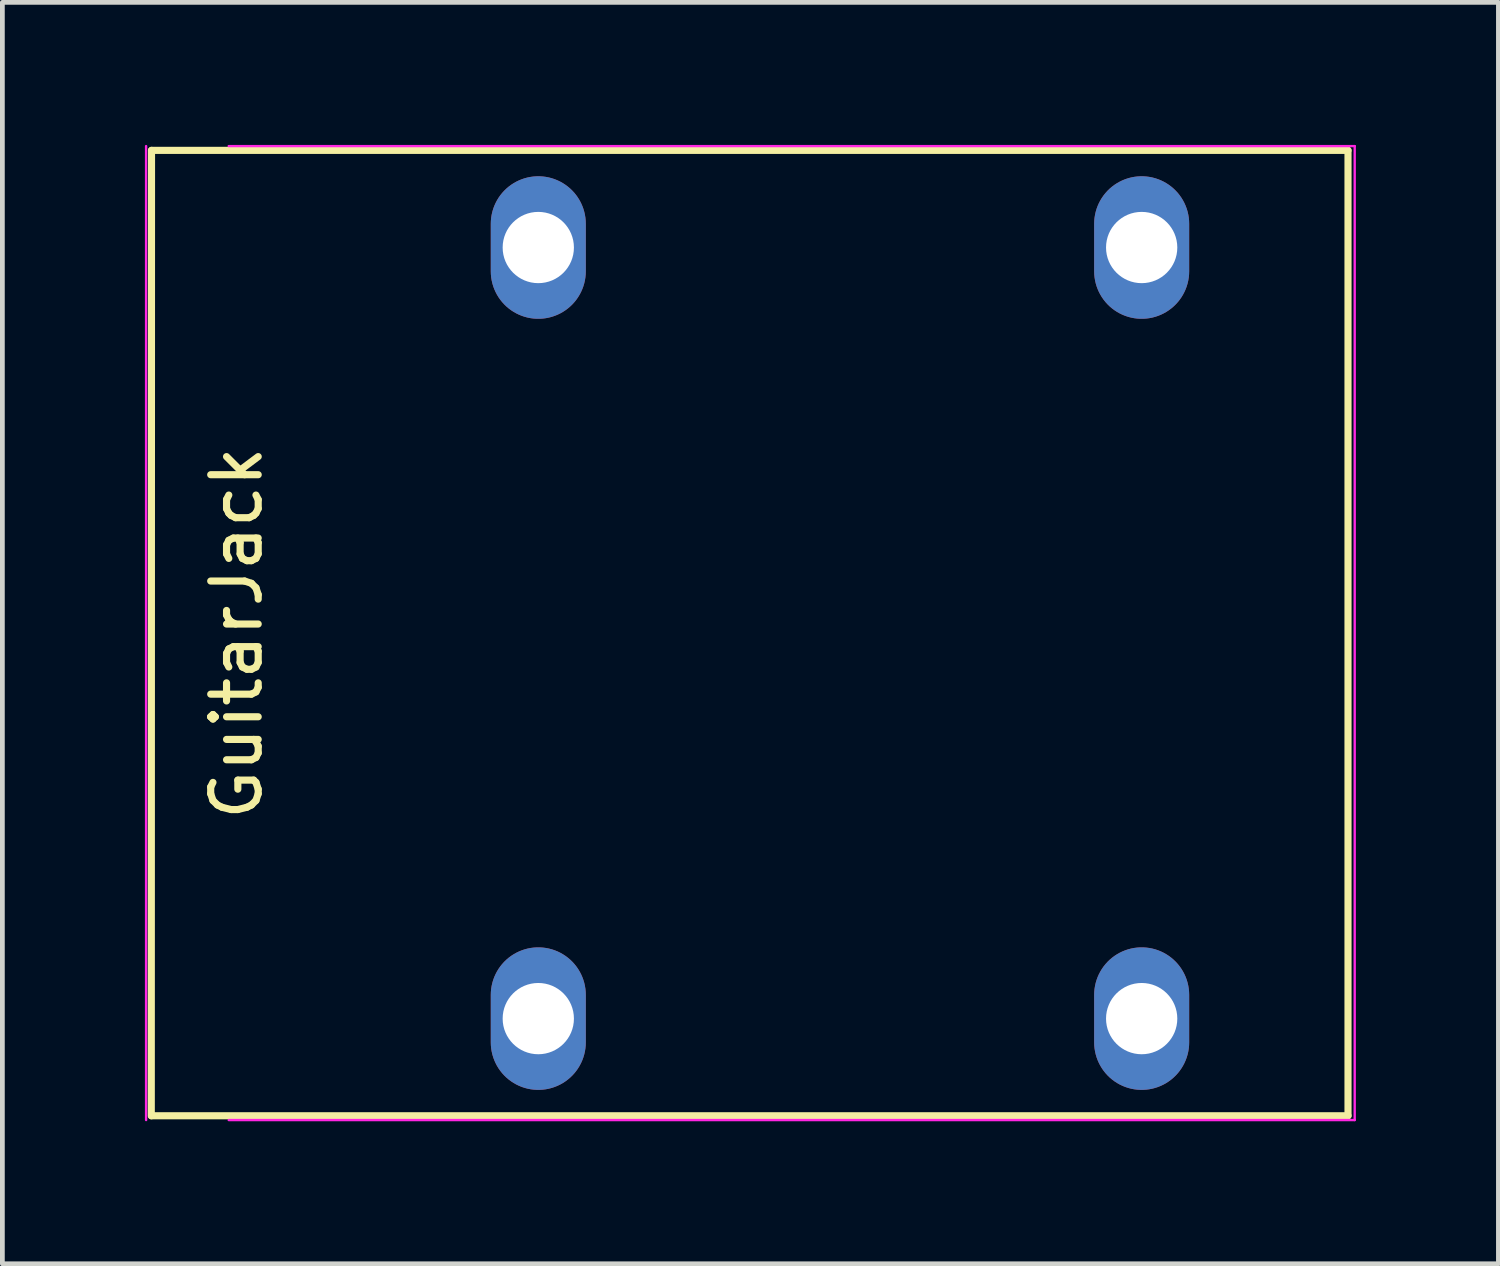
<source format=kicad_pcb>
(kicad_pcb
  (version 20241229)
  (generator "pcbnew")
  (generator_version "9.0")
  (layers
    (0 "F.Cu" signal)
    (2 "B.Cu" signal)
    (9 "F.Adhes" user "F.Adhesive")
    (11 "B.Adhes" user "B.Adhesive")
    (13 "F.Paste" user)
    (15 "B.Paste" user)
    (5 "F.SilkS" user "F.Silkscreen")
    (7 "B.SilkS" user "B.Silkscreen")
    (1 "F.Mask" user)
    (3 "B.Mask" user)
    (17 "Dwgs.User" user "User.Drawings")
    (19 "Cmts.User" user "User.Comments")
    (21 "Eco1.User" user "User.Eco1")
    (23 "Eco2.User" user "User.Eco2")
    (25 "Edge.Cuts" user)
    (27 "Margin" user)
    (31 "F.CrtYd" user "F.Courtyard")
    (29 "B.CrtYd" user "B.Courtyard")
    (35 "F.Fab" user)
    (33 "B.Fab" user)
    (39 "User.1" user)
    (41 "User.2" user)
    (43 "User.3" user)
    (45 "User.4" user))
  (footprint "GuitarJack"
    (layer "F.Cu")
    (at 14.63 10.275)
    (property "Reference" "GuitarJack" (at -12.7 0 90) (layer "F.SilkS") (effects (font (size 1 1) (thickness 0.15))))
    (attr through_hole)
    (fp_line (start -14.491 -10.16) (end -14.496 10.16) (stroke (width 0.15) (type solid)) (layer "F.SilkS"))
    (fp_line (start -14.491 -10.16) (end 10.693 -10.16) (stroke (width 0.15) (type solid)) (layer "F.SilkS"))
    (fp_line (start -14.491 10.16) (end 10.693 10.16) (stroke (width 0.15) (type solid)) (layer "F.SilkS"))
    (fp_line (start 10.693 10.16) (end 10.693 -10.16) (stroke (width 0.15) (type solid)) (layer "F.SilkS"))
    (fp_line (start -14.605 10.25) (end -14.605 -10.25) (stroke (width 0.05) (type solid)) (layer "F.CrtYd"))
    (fp_line (start -12.866 -10.25) (end 10.834 -10.25) (stroke (width 0.05) (type solid)) (layer "F.CrtYd"))
    (fp_line (start 10.834 -10.25) (end 10.834 10.25) (stroke (width 0.05) (type solid)) (layer "F.CrtYd"))
    (fp_line (start 10.834 10.25) (end -12.866 10.25) (stroke (width 0.05) (type solid)) (layer "F.CrtYd"))
    (pad "S" thru_hole oval (at 6.35 -8.115) (size 2 3) (drill 1.5) (layers "*.Cu" "*.Mask"))
    (pad "SN" thru_hole oval (at 6.35 8.115) (size 2 3) (drill 1.5) (layers "*.Cu" "*.Mask"))
    (pad "T" thru_hole oval (at -6.35 -8.115) (size 2 3) (drill 1.5) (layers "*.Cu" "*.Mask"))
    (pad "TN" thru_hole oval (at -6.35 8.115) (size 2 3) (drill 1.5) (layers "*.Cu" "*.Mask")))
  (gr_rect
    (start -3 -3)
    (end 28.489 23.55)
    (stroke (width 0.1) (type default))
    (fill no)
    (layer "Edge.Cuts")))
</source>
